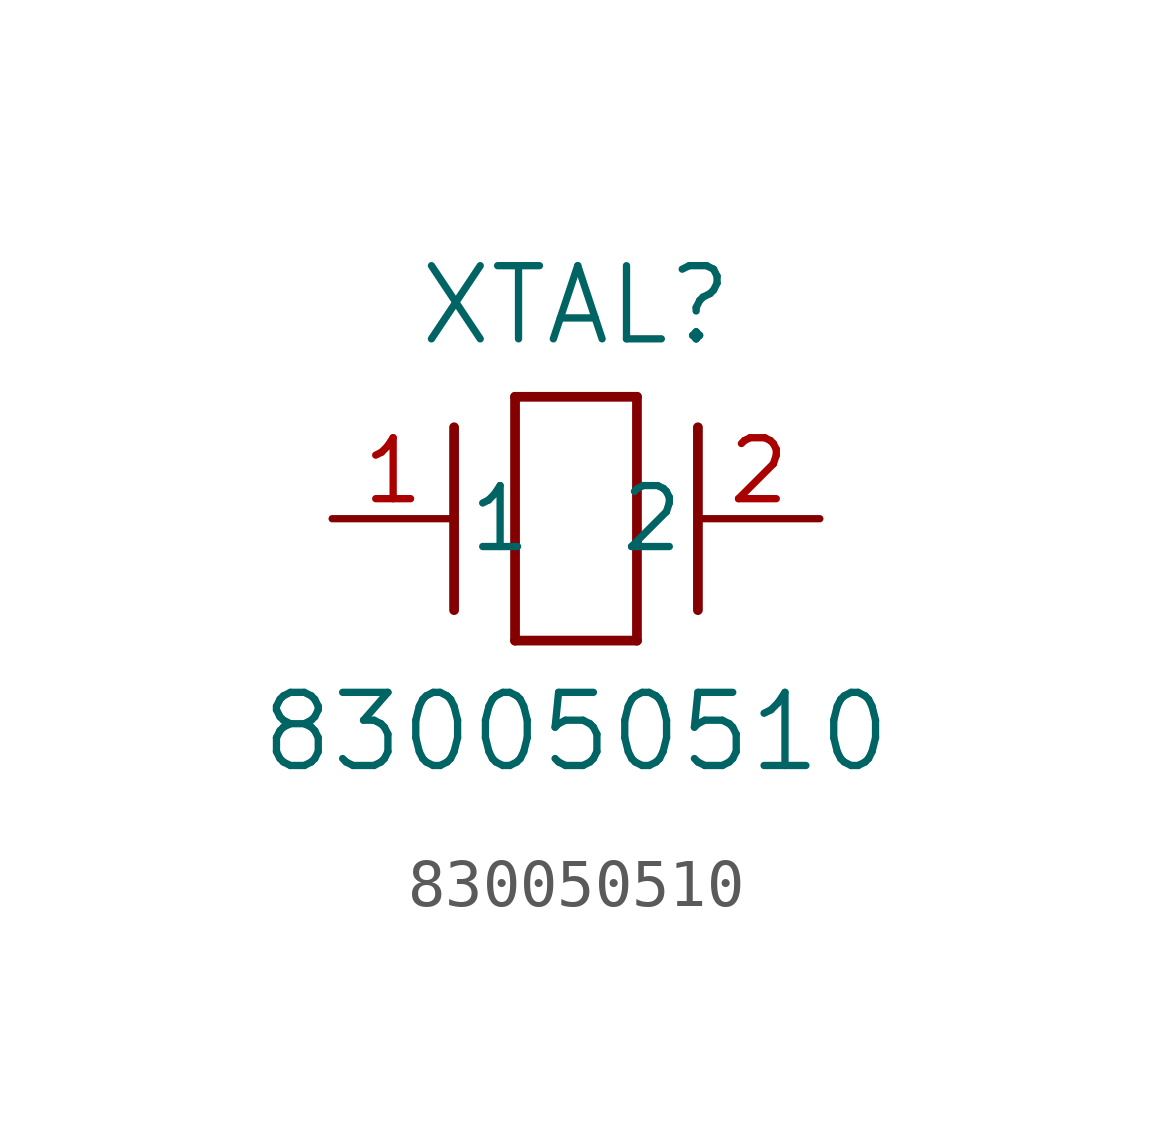
<source format=kicad_sym>
(kicad_symbol_lib
  (version 20211014)
  (generator kicad_symbol_editor)
  (symbol "830050510"
    (pin_names
      (offset 0.254))
    (property "Reference" "XTAL"
      (at 5.08 4.445 0)
      (effects (font (size 1.524 1.524))))
    (property "Value" "830050510"
      (at 5.08 -4.445 0)
      (effects (font (size 1.524 1.524))))
    (symbol "830050510_0_1"
      (polyline (pts (xy 2.54 -1.905) (xy 2.54 1.905)) (stroke (width 0.203) (type default) (color 0 0 0 0)) (fill (type none)))
      (polyline (pts (xy 6.35 2.54) (xy 6.35 -2.54)) (stroke (width 0.203) (type default) (color 0 0 0 0)) (fill (type none)))
      (polyline (pts (xy 7.62 -1.905) (xy 7.62 1.905)) (stroke (width 0.203) (type default) (color 0 0 0 0)) (fill (type none)))
      (polyline (pts (xy 6.35 -2.54) (xy 3.81 -2.54)) (stroke (width 0.203) (type default) (color 0 0 0 0)) (fill (type none)))
      (polyline (pts (xy 3.81 2.54) (xy 6.35 2.54)) (stroke (width 0.203) (type default) (color 0 0 0 0)) (fill (type none)))
      (polyline (pts (xy 3.81 -2.54) (xy 3.81 2.54)) (stroke (width 0.203) (type default) (color 0 0 0 0)) (fill (type none)))
      (pin unspecified line (at 0 0 0) (length 2.54) (name "1" (effects (font (size 1.27 1.27)))) (number "1" (effects (font (size 1.27 1.27)))))
      (pin unspecified line (at 10.16 0 180) (length 2.54) (name "2" (effects (font (size 1.27 1.27)))) (number "2" (effects (font (size 1.27 1.27))))))))
</source>
